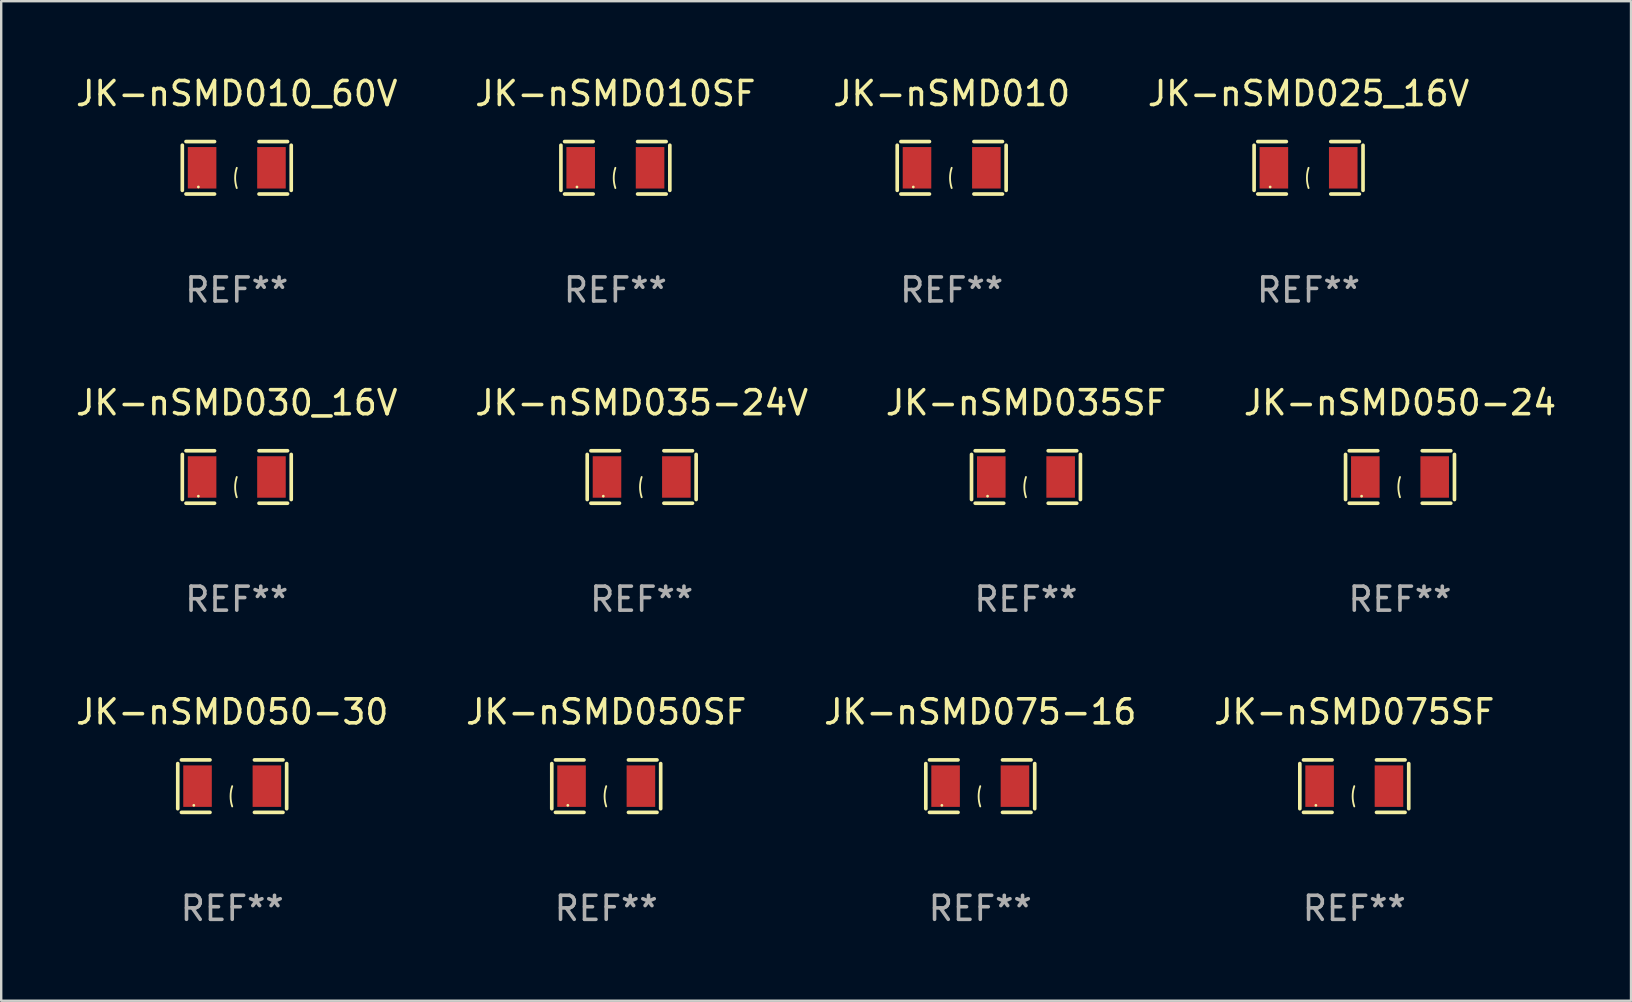
<source format=kicad_pcb>
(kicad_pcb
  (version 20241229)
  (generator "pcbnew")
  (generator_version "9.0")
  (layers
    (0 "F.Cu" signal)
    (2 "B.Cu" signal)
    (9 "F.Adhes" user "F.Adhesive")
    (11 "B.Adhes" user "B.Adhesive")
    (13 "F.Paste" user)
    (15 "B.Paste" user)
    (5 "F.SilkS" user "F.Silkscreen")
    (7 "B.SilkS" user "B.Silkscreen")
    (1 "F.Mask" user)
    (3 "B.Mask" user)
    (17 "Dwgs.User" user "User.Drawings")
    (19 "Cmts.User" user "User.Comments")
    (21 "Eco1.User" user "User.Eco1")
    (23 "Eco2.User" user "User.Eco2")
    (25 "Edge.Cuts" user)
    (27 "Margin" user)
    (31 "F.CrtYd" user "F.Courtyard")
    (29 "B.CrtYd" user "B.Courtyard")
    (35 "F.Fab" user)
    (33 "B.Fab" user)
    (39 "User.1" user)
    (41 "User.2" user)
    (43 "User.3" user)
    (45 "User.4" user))
  (footprint "JK-nSMD025_16V"
    (layer "F.Cu")
    (at 51.47 3.941)
    (property "Reference" "JK-nSMD025_16V" (at 0 -3.093 0) (layer "F.SilkS") (effects (font (size 1 1) (thickness 0.15))))
    (attr through_hole)
    (fp_line (start -2.269 -0.94) (end -2.269 0.94) (stroke (width 0.152) (type solid)) (layer "F.SilkS"))
    (fp_line (start -2.116 1.093) (end -0.926 1.093) (stroke (width 0.152) (type solid)) (layer "F.SilkS"))
    (fp_line (start -0.926 -1.093) (end -2.116 -1.093) (stroke (width 0.152) (type solid)) (layer "F.SilkS"))
    (fp_line (start 0.926 -1.093) (end 2.116 -1.093) (stroke (width 0.152) (type solid)) (layer "F.SilkS"))
    (fp_line (start 2.116 1.093) (end 0.926 1.093) (stroke (width 0.152) (type solid)) (layer "F.SilkS"))
    (fp_line (start 2.269 -0.94) (end 2.269 0.94) (stroke (width 0.152) (type solid)) (layer "F.SilkS"))
    (fp_arc (start 0 0.844951) (mid -0.068559 0.422475) (end 0 0) (stroke (width 0.0762) (type solid)) (layer "F.SilkS"))
    (fp_circle (center -1.6 0.8) (end -1.57 0.8) (stroke (width 0.06) (type solid)) (fill no) (layer "F.SilkS"))
    (fp_text user "REF**" (at 0 5.093 0) (layer "F.Fab") (effects (font (size 1 1) (thickness 0.15))))
    (pad "1" smd rect (at -1.445 0) (size 1.19 1.728) (layers "F.Cu" "F.Mask" "F.Paste"))
    (pad "2" smd rect (at 1.445 0) (size 1.19 1.728) (layers "F.Cu" "F.Mask" "F.Paste")))
  (footprint "JK-nSMD035-24V"
    (layer "F.Cu")
    (at 23.685 16.823)
    (property "Reference" "JK-nSMD035-24V" (at 0 -3.093 0) (layer "F.SilkS") (effects (font (size 1 1) (thickness 0.15))))
    (attr through_hole)
    (fp_line (start -2.269 -0.94) (end -2.269 0.94) (stroke (width 0.152) (type solid)) (layer "F.SilkS"))
    (fp_line (start -2.116 1.093) (end -0.926 1.093) (stroke (width 0.152) (type solid)) (layer "F.SilkS"))
    (fp_line (start -0.926 -1.093) (end -2.116 -1.093) (stroke (width 0.152) (type solid)) (layer "F.SilkS"))
    (fp_line (start 0.926 -1.093) (end 2.116 -1.093) (stroke (width 0.152) (type solid)) (layer "F.SilkS"))
    (fp_line (start 2.116 1.093) (end 0.926 1.093) (stroke (width 0.152) (type solid)) (layer "F.SilkS"))
    (fp_line (start 2.269 -0.94) (end 2.269 0.94) (stroke (width 0.152) (type solid)) (layer "F.SilkS"))
    (fp_arc (start 0 0.844951) (mid -0.068559 0.422475) (end 0 0) (stroke (width 0.0762) (type solid)) (layer "F.SilkS"))
    (fp_circle (center -1.6 0.8) (end -1.57 0.8) (stroke (width 0.06) (type solid)) (fill no) (layer "F.SilkS"))
    (fp_text user "REF**" (at 0 5.093 0) (layer "F.Fab") (effects (font (size 1 1) (thickness 0.15))))
    (pad "1" smd rect (at -1.445 0) (size 1.19 1.728) (layers "F.Cu" "F.Mask" "F.Paste"))
    (pad "2" smd rect (at 1.445 0) (size 1.19 1.728) (layers "F.Cu" "F.Mask" "F.Paste")))
  (footprint "JK-nSMD050SF"
    (layer "F.Cu")
    (at 22.208 29.704)
    (property "Reference" "JK-nSMD050SF" (at 0 -3.093 0) (layer "F.SilkS") (effects (font (size 1 1) (thickness 0.15))))
    (attr through_hole)
    (fp_line (start -2.269 -0.94) (end -2.269 0.94) (stroke (width 0.152) (type solid)) (layer "F.SilkS"))
    (fp_line (start -2.116 1.093) (end -0.926 1.093) (stroke (width 0.152) (type solid)) (layer "F.SilkS"))
    (fp_line (start -0.926 -1.093) (end -2.116 -1.093) (stroke (width 0.152) (type solid)) (layer "F.SilkS"))
    (fp_line (start 0.926 -1.093) (end 2.116 -1.093) (stroke (width 0.152) (type solid)) (layer "F.SilkS"))
    (fp_line (start 2.116 1.093) (end 0.926 1.093) (stroke (width 0.152) (type solid)) (layer "F.SilkS"))
    (fp_line (start 2.269 -0.94) (end 2.269 0.94) (stroke (width 0.152) (type solid)) (layer "F.SilkS"))
    (fp_arc (start 0 0.844951) (mid -0.068559 0.422475) (end 0 0) (stroke (width 0.0762) (type solid)) (layer "F.SilkS"))
    (fp_circle (center -1.6 0.8) (end -1.57 0.8) (stroke (width 0.06) (type solid)) (fill no) (layer "F.SilkS"))
    (fp_text user "REF**" (at 0 5.093 0) (layer "F.Fab") (effects (font (size 1 1) (thickness 0.15))))
    (pad "1" smd rect (at -1.445 0) (size 1.19 1.728) (layers "F.Cu" "F.Mask" "F.Paste"))
    (pad "2" smd rect (at 1.445 0) (size 1.19 1.728) (layers "F.Cu" "F.Mask" "F.Paste")))
  (footprint "JK-nSMD010SF"
    (layer "F.Cu")
    (at 22.589 3.941)
    (property "Reference" "JK-nSMD010SF" (at 0 -3.093 0) (layer "F.SilkS") (effects (font (size 1 1) (thickness 0.15))))
    (attr through_hole)
    (fp_line (start -2.269 -0.94) (end -2.269 0.94) (stroke (width 0.152) (type solid)) (layer "F.SilkS"))
    (fp_line (start -2.116 1.093) (end -0.926 1.093) (stroke (width 0.152) (type solid)) (layer "F.SilkS"))
    (fp_line (start -0.926 -1.093) (end -2.116 -1.093) (stroke (width 0.152) (type solid)) (layer "F.SilkS"))
    (fp_line (start 0.926 -1.093) (end 2.116 -1.093) (stroke (width 0.152) (type solid)) (layer "F.SilkS"))
    (fp_line (start 2.116 1.093) (end 0.926 1.093) (stroke (width 0.152) (type solid)) (layer "F.SilkS"))
    (fp_line (start 2.269 -0.94) (end 2.269 0.94) (stroke (width 0.152) (type solid)) (layer "F.SilkS"))
    (fp_arc (start 0 0.844951) (mid -0.068559 0.422475) (end 0 0) (stroke (width 0.0762) (type solid)) (layer "F.SilkS"))
    (fp_circle (center -1.6 0.8) (end -1.57 0.8) (stroke (width 0.06) (type solid)) (fill no) (layer "F.SilkS"))
    (fp_text user "REF**" (at 0 5.093 0) (layer "F.Fab") (effects (font (size 1 1) (thickness 0.15))))
    (pad "1" smd rect (at -1.445 0) (size 1.19 1.728) (layers "F.Cu" "F.Mask" "F.Paste"))
    (pad "2" smd rect (at 1.445 0) (size 1.19 1.728) (layers "F.Cu" "F.Mask" "F.Paste")))
  (footprint "JK-nSMD030_16V"
    (layer "F.Cu")
    (at 6.815 16.823)
    (property "Reference" "JK-nSMD030_16V" (at 0 -3.093 0) (layer "F.SilkS") (effects (font (size 1 1) (thickness 0.15))))
    (attr through_hole)
    (fp_line (start -2.269 -0.94) (end -2.269 0.94) (stroke (width 0.152) (type solid)) (layer "F.SilkS"))
    (fp_line (start -2.116 1.093) (end -0.926 1.093) (stroke (width 0.152) (type solid)) (layer "F.SilkS"))
    (fp_line (start -0.926 -1.093) (end -2.116 -1.093) (stroke (width 0.152) (type solid)) (layer "F.SilkS"))
    (fp_line (start 0.926 -1.093) (end 2.116 -1.093) (stroke (width 0.152) (type solid)) (layer "F.SilkS"))
    (fp_line (start 2.116 1.093) (end 0.926 1.093) (stroke (width 0.152) (type solid)) (layer "F.SilkS"))
    (fp_line (start 2.269 -0.94) (end 2.269 0.94) (stroke (width 0.152) (type solid)) (layer "F.SilkS"))
    (fp_arc (start 0 0.844951) (mid -0.068559 0.422475) (end 0 0) (stroke (width 0.0762) (type solid)) (layer "F.SilkS"))
    (fp_circle (center -1.6 0.8) (end -1.57 0.8) (stroke (width 0.06) (type solid)) (fill no) (layer "F.SilkS"))
    (fp_text user "REF**" (at 0 5.093 0) (layer "F.Fab") (effects (font (size 1 1) (thickness 0.15))))
    (pad "1" smd rect (at -1.445 0) (size 1.19 1.728) (layers "F.Cu" "F.Mask" "F.Paste"))
    (pad "2" smd rect (at 1.445 0) (size 1.19 1.728) (layers "F.Cu" "F.Mask" "F.Paste")))
  (footprint "JK-nSMD035SF"
    (layer "F.Cu")
    (at 39.696 16.823)
    (property "Reference" "JK-nSMD035SF" (at 0 -3.093 0) (layer "F.SilkS") (effects (font (size 1 1) (thickness 0.15))))
    (attr through_hole)
    (fp_line (start -2.269 -0.94) (end -2.269 0.94) (stroke (width 0.152) (type solid)) (layer "F.SilkS"))
    (fp_line (start -2.116 1.093) (end -0.926 1.093) (stroke (width 0.152) (type solid)) (layer "F.SilkS"))
    (fp_line (start -0.926 -1.093) (end -2.116 -1.093) (stroke (width 0.152) (type solid)) (layer "F.SilkS"))
    (fp_line (start 0.926 -1.093) (end 2.116 -1.093) (stroke (width 0.152) (type solid)) (layer "F.SilkS"))
    (fp_line (start 2.116 1.093) (end 0.926 1.093) (stroke (width 0.152) (type solid)) (layer "F.SilkS"))
    (fp_line (start 2.269 -0.94) (end 2.269 0.94) (stroke (width 0.152) (type solid)) (layer "F.SilkS"))
    (fp_arc (start 0 0.844951) (mid -0.068559 0.422475) (end 0 0) (stroke (width 0.0762) (type solid)) (layer "F.SilkS"))
    (fp_circle (center -1.6 0.8) (end -1.57 0.8) (stroke (width 0.06) (type solid)) (fill no) (layer "F.SilkS"))
    (fp_text user "REF**" (at 0 5.093 0) (layer "F.Fab") (effects (font (size 1 1) (thickness 0.15))))
    (pad "1" smd rect (at -1.445 0) (size 1.19 1.728) (layers "F.Cu" "F.Mask" "F.Paste"))
    (pad "2" smd rect (at 1.445 0) (size 1.19 1.728) (layers "F.Cu" "F.Mask" "F.Paste")))
  (footprint "JK-nSMD075SF"
    (layer "F.Cu")
    (at 53.375 29.704)
    (property "Reference" "JK-nSMD075SF" (at 0 -3.093 0) (layer "F.SilkS") (effects (font (size 1 1) (thickness 0.15))))
    (attr through_hole)
    (fp_line (start -2.269 -0.94) (end -2.269 0.94) (stroke (width 0.152) (type solid)) (layer "F.SilkS"))
    (fp_line (start -2.116 1.093) (end -0.926 1.093) (stroke (width 0.152) (type solid)) (layer "F.SilkS"))
    (fp_line (start -0.926 -1.093) (end -2.116 -1.093) (stroke (width 0.152) (type solid)) (layer "F.SilkS"))
    (fp_line (start 0.926 -1.093) (end 2.116 -1.093) (stroke (width 0.152) (type solid)) (layer "F.SilkS"))
    (fp_line (start 2.116 1.093) (end 0.926 1.093) (stroke (width 0.152) (type solid)) (layer "F.SilkS"))
    (fp_line (start 2.269 -0.94) (end 2.269 0.94) (stroke (width 0.152) (type solid)) (layer "F.SilkS"))
    (fp_arc (start 0 0.844951) (mid -0.068559 0.422475) (end 0 0) (stroke (width 0.0762) (type solid)) (layer "F.SilkS"))
    (fp_circle (center -1.6 0.8) (end -1.57 0.8) (stroke (width 0.06) (type solid)) (fill no) (layer "F.SilkS"))
    (fp_text user "REF**" (at 0 5.093 0) (layer "F.Fab") (effects (font (size 1 1) (thickness 0.15))))
    (pad "1" smd rect (at -1.445 0) (size 1.19 1.728) (layers "F.Cu" "F.Mask" "F.Paste"))
    (pad "2" smd rect (at 1.445 0) (size 1.19 1.728) (layers "F.Cu" "F.Mask" "F.Paste")))
  (footprint "JK-nSMD050-24"
    (layer "F.Cu")
    (at 55.28 16.823)
    (property "Reference" "JK-nSMD050-24" (at 0 -3.093 0) (layer "F.SilkS") (effects (font (size 1 1) (thickness 0.15))))
    (attr through_hole)
    (fp_line (start -2.269 -0.94) (end -2.269 0.94) (stroke (width 0.152) (type solid)) (layer "F.SilkS"))
    (fp_line (start -2.116 1.093) (end -0.926 1.093) (stroke (width 0.152) (type solid)) (layer "F.SilkS"))
    (fp_line (start -0.926 -1.093) (end -2.116 -1.093) (stroke (width 0.152) (type solid)) (layer "F.SilkS"))
    (fp_line (start 0.926 -1.093) (end 2.116 -1.093) (stroke (width 0.152) (type solid)) (layer "F.SilkS"))
    (fp_line (start 2.116 1.093) (end 0.926 1.093) (stroke (width 0.152) (type solid)) (layer "F.SilkS"))
    (fp_line (start 2.269 -0.94) (end 2.269 0.94) (stroke (width 0.152) (type solid)) (layer "F.SilkS"))
    (fp_arc (start 0 0.844951) (mid -0.068559 0.422475) (end 0 0) (stroke (width 0.0762) (type solid)) (layer "F.SilkS"))
    (fp_circle (center -1.6 0.8) (end -1.57 0.8) (stroke (width 0.06) (type solid)) (fill no) (layer "F.SilkS"))
    (fp_text user "REF**" (at 0 5.093 0) (layer "F.Fab") (effects (font (size 1 1) (thickness 0.15))))
    (pad "1" smd rect (at -1.445 0) (size 1.19 1.728) (layers "F.Cu" "F.Mask" "F.Paste"))
    (pad "2" smd rect (at 1.445 0) (size 1.19 1.728) (layers "F.Cu" "F.Mask" "F.Paste")))
  (footprint "JK-nSMD075-16"
    (layer "F.Cu")
    (at 37.792 29.704)
    (property "Reference" "JK-nSMD075-16" (at 0 -3.093 0) (layer "F.SilkS") (effects (font (size 1 1) (thickness 0.15))))
    (attr through_hole)
    (fp_line (start -2.269 -0.94) (end -2.269 0.94) (stroke (width 0.152) (type solid)) (layer "F.SilkS"))
    (fp_line (start -2.116 1.093) (end -0.926 1.093) (stroke (width 0.152) (type solid)) (layer "F.SilkS"))
    (fp_line (start -0.926 -1.093) (end -2.116 -1.093) (stroke (width 0.152) (type solid)) (layer "F.SilkS"))
    (fp_line (start 0.926 -1.093) (end 2.116 -1.093) (stroke (width 0.152) (type solid)) (layer "F.SilkS"))
    (fp_line (start 2.116 1.093) (end 0.926 1.093) (stroke (width 0.152) (type solid)) (layer "F.SilkS"))
    (fp_line (start 2.269 -0.94) (end 2.269 0.94) (stroke (width 0.152) (type solid)) (layer "F.SilkS"))
    (fp_arc (start 0 0.844951) (mid -0.068559 0.422475) (end 0 0) (stroke (width 0.0762) (type solid)) (layer "F.SilkS"))
    (fp_circle (center -1.6 0.8) (end -1.57 0.8) (stroke (width 0.06) (type solid)) (fill no) (layer "F.SilkS"))
    (fp_text user "REF**" (at 0 5.093 0) (layer "F.Fab") (effects (font (size 1 1) (thickness 0.15))))
    (pad "1" smd rect (at -1.445 0) (size 1.19 1.728) (layers "F.Cu" "F.Mask" "F.Paste"))
    (pad "2" smd rect (at 1.445 0) (size 1.19 1.728) (layers "F.Cu" "F.Mask" "F.Paste")))
  (footprint "JK-nSMD010"
    (layer "F.Cu")
    (at 36.601 3.941)
    (property "Reference" "JK-nSMD010" (at 0 -3.093 0) (layer "F.SilkS") (effects (font (size 1 1) (thickness 0.15))))
    (attr through_hole)
    (fp_line (start -2.269 -0.94) (end -2.269 0.94) (stroke (width 0.152) (type solid)) (layer "F.SilkS"))
    (fp_line (start -2.116 1.093) (end -0.926 1.093) (stroke (width 0.152) (type solid)) (layer "F.SilkS"))
    (fp_line (start -0.926 -1.093) (end -2.116 -1.093) (stroke (width 0.152) (type solid)) (layer "F.SilkS"))
    (fp_line (start 0.926 -1.093) (end 2.116 -1.093) (stroke (width 0.152) (type solid)) (layer "F.SilkS"))
    (fp_line (start 2.116 1.093) (end 0.926 1.093) (stroke (width 0.152) (type solid)) (layer "F.SilkS"))
    (fp_line (start 2.269 -0.94) (end 2.269 0.94) (stroke (width 0.152) (type solid)) (layer "F.SilkS"))
    (fp_arc (start 0 0.844951) (mid -0.068559 0.422475) (end 0 0) (stroke (width 0.0762) (type solid)) (layer "F.SilkS"))
    (fp_circle (center -1.6 0.8) (end -1.57 0.8) (stroke (width 0.06) (type solid)) (fill no) (layer "F.SilkS"))
    (fp_text user "REF**" (at 0 5.093 0) (layer "F.Fab") (effects (font (size 1 1) (thickness 0.15))))
    (pad "1" smd rect (at -1.445 0) (size 1.19 1.728) (layers "F.Cu" "F.Mask" "F.Paste"))
    (pad "2" smd rect (at 1.445 0) (size 1.19 1.728) (layers "F.Cu" "F.Mask" "F.Paste")))
  (footprint "JK-nSMD050-30"
    (layer "F.Cu")
    (at 6.625 29.704)
    (property "Reference" "JK-nSMD050-30" (at 0 -3.093 0) (layer "F.SilkS") (effects (font (size 1 1) (thickness 0.15))))
    (attr through_hole)
    (fp_line (start -2.269 -0.94) (end -2.269 0.94) (stroke (width 0.152) (type solid)) (layer "F.SilkS"))
    (fp_line (start -2.116 1.093) (end -0.926 1.093) (stroke (width 0.152) (type solid)) (layer "F.SilkS"))
    (fp_line (start -0.926 -1.093) (end -2.116 -1.093) (stroke (width 0.152) (type solid)) (layer "F.SilkS"))
    (fp_line (start 0.926 -1.093) (end 2.116 -1.093) (stroke (width 0.152) (type solid)) (layer "F.SilkS"))
    (fp_line (start 2.116 1.093) (end 0.926 1.093) (stroke (width 0.152) (type solid)) (layer "F.SilkS"))
    (fp_line (start 2.269 -0.94) (end 2.269 0.94) (stroke (width 0.152) (type solid)) (layer "F.SilkS"))
    (fp_arc (start 0 0.844951) (mid -0.068559 0.422475) (end 0 0) (stroke (width 0.0762) (type solid)) (layer "F.SilkS"))
    (fp_circle (center -1.6 0.8) (end -1.57 0.8) (stroke (width 0.06) (type solid)) (fill no) (layer "F.SilkS"))
    (fp_text user "REF**" (at 0 5.093 0) (layer "F.Fab") (effects (font (size 1 1) (thickness 0.15))))
    (pad "1" smd rect (at -1.445 0) (size 1.19 1.728) (layers "F.Cu" "F.Mask" "F.Paste"))
    (pad "2" smd rect (at 1.445 0) (size 1.19 1.728) (layers "F.Cu" "F.Mask" "F.Paste")))
  (footprint "JK-nSMD010_60V"
    (layer "F.Cu")
    (at 6.815 3.941)
    (property "Reference" "JK-nSMD010_60V" (at 0 -3.093 0) (layer "F.SilkS") (effects (font (size 1 1) (thickness 0.15))))
    (attr through_hole)
    (fp_line (start -2.269 -0.94) (end -2.269 0.94) (stroke (width 0.152) (type solid)) (layer "F.SilkS"))
    (fp_line (start -2.116 1.093) (end -0.926 1.093) (stroke (width 0.152) (type solid)) (layer "F.SilkS"))
    (fp_line (start -0.926 -1.093) (end -2.116 -1.093) (stroke (width 0.152) (type solid)) (layer "F.SilkS"))
    (fp_line (start 0.926 -1.093) (end 2.116 -1.093) (stroke (width 0.152) (type solid)) (layer "F.SilkS"))
    (fp_line (start 2.116 1.093) (end 0.926 1.093) (stroke (width 0.152) (type solid)) (layer "F.SilkS"))
    (fp_line (start 2.269 -0.94) (end 2.269 0.94) (stroke (width 0.152) (type solid)) (layer "F.SilkS"))
    (fp_arc (start 0 0.844951) (mid -0.068559 0.422475) (end 0 0) (stroke (width 0.0762) (type solid)) (layer "F.SilkS"))
    (fp_circle (center -1.6 0.8) (end -1.57 0.8) (stroke (width 0.06) (type solid)) (fill no) (layer "F.SilkS"))
    (fp_text user "REF**" (at 0 5.093 0) (layer "F.Fab") (effects (font (size 1 1) (thickness 0.15))))
    (pad "1" smd rect (at -1.445 0) (size 1.19 1.728) (layers "F.Cu" "F.Mask" "F.Paste"))
    (pad "2" smd rect (at 1.445 0) (size 1.19 1.728) (layers "F.Cu" "F.Mask" "F.Paste")))
  (gr_rect
    (start -3 -3)
    (end 64.905 38.645)
    (stroke (width 0.1) (type default))
    (fill no)
    (layer "Edge.Cuts")))
</source>
